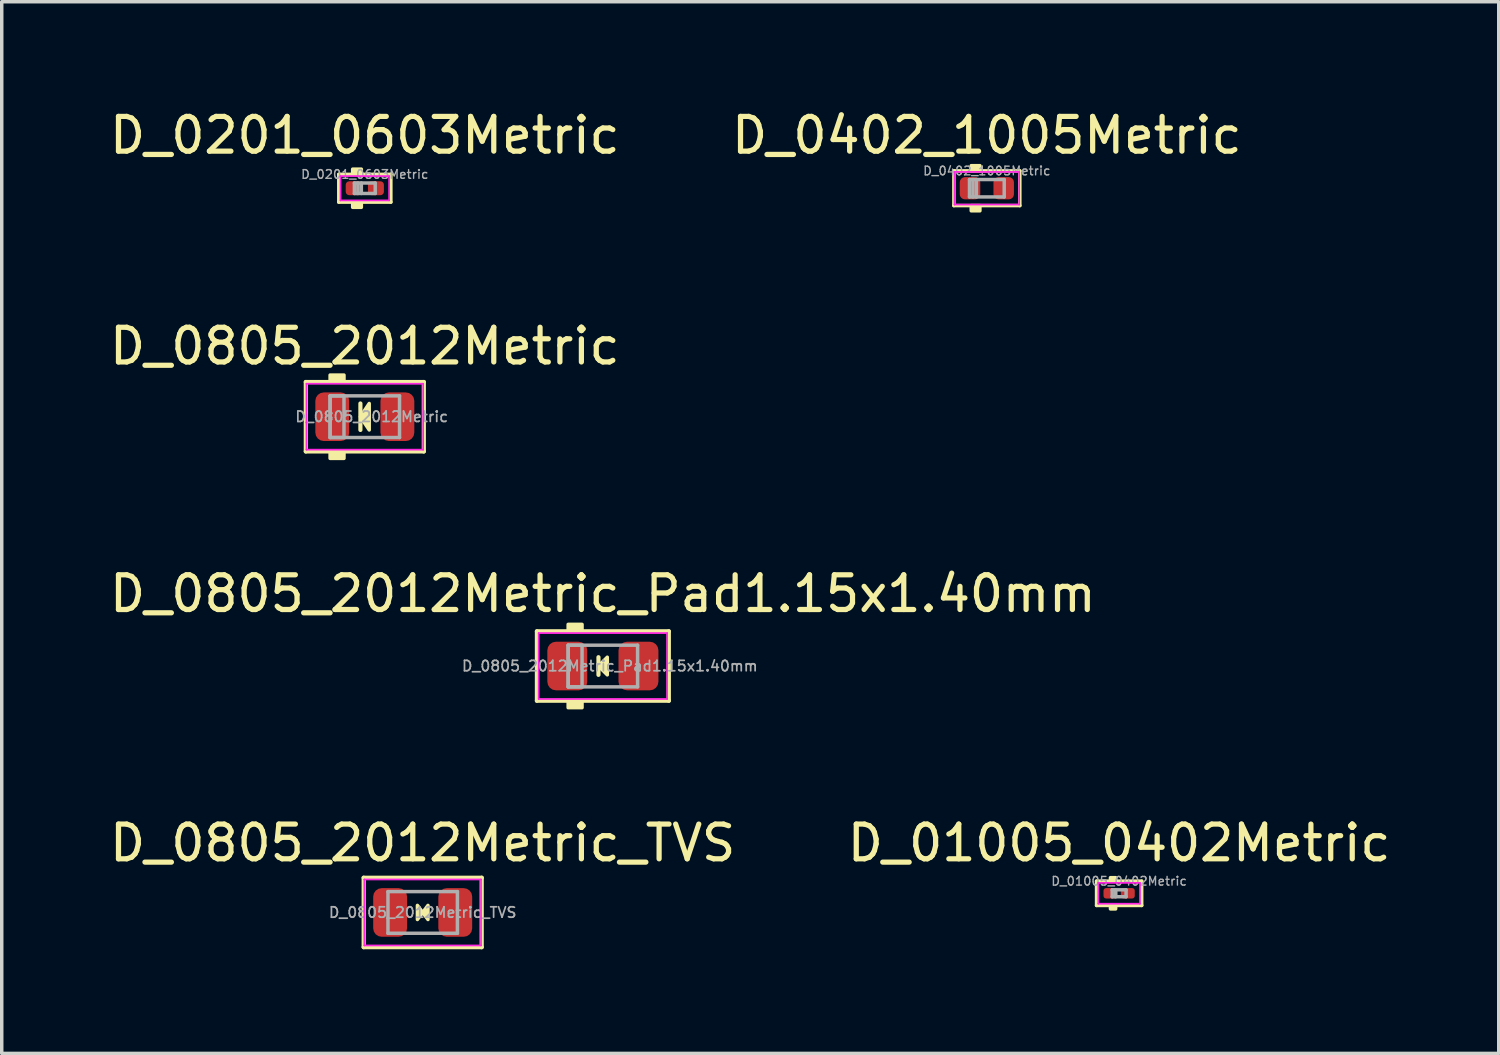
<source format=kicad_pcb>
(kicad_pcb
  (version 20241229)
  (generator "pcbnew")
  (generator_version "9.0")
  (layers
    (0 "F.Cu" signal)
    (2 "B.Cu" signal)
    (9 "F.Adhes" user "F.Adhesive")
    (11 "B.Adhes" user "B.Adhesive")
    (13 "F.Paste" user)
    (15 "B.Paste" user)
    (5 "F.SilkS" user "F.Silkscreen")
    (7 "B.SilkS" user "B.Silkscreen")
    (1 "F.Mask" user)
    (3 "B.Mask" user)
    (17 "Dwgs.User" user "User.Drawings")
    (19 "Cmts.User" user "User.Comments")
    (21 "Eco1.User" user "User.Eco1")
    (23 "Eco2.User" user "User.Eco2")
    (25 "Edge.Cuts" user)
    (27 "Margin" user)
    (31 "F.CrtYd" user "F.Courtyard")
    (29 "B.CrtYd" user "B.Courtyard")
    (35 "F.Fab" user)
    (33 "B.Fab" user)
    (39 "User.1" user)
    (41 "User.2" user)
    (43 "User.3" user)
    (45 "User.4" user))
  (footprint "D_0805_2012Metric_Pad1.15x1.40mm"
    (layer "F.Cu")
    (at 14.315 16.134)
    (property "Reference" "D_0805_2012Metric_Pad1.15x1.40mm" (at 0 -2.083 0) (layer "F.SilkS") (effects (font (size 1 1) (thickness 0.15))))
    (attr smd)
    (fp_line (start -1.9 -1) (end -1.9 1) (stroke (width 0.12) (type solid)) (layer "F.SilkS"))
    (fp_line (start -1.9 1) (end 1.9 1) (stroke (width 0.12) (type solid)) (layer "F.SilkS"))
    (fp_line (start -0.127 -0.254) (end -0.127 0.254) (stroke (width 0.12) (type solid)) (layer "F.SilkS"))
    (fp_line (start 1.9 -1) (end -1.9 -1) (stroke (width 0.12) (type solid)) (layer "F.SilkS"))
    (fp_line (start 1.9 1) (end 1.9 -1) (stroke (width 0.12) (type solid)) (layer "F.SilkS"))
    (fp_poly (pts (xy 0.127 0.254) (xy -0.127 0) (xy 0.127 -0.254)) (stroke (width 0.1) (type solid)) (fill yes) (layer "F.SilkS"))
    (fp_poly (pts (xy -0.6 -1) (xy -1 -1) (xy -1 -1.2) (xy -0.6 -1.2)) (stroke (width 0.1) (type solid)) (fill yes) (layer "F.SilkS"))
    (fp_poly (pts (xy -0.6 1.2) (xy -1 1.2) (xy -1 1) (xy -0.6 1)) (stroke (width 0.1) (type solid)) (fill yes) (layer "F.SilkS"))
    (fp_line (start -1.85 -0.95) (end 1.85 -0.95) (stroke (width 0.05) (type solid)) (layer "F.CrtYd"))
    (fp_line (start -1.85 0.95) (end -1.85 -0.95) (stroke (width 0.05) (type solid)) (layer "F.CrtYd"))
    (fp_line (start 1.85 -0.95) (end 1.85 0.95) (stroke (width 0.05) (type solid)) (layer "F.CrtYd"))
    (fp_line (start 1.85 0.95) (end -1.85 0.95) (stroke (width 0.05) (type solid)) (layer "F.CrtYd"))
    (fp_line (start -1 -0.6) (end -1 0.6) (stroke (width 0.1) (type solid)) (layer "F.Fab"))
    (fp_line (start -1 0.6) (end 1 0.6) (stroke (width 0.1) (type solid)) (layer "F.Fab"))
    (fp_line (start 1 -0.6) (end -1 -0.6) (stroke (width 0.1) (type solid)) (layer "F.Fab"))
    (fp_line (start 1 0.6) (end 1 -0.6) (stroke (width 0.1) (type solid)) (layer "F.Fab"))
    (fp_rect (start -1 -0.6) (end -0.6 0.6) (stroke (width 0.1) (type solid)) (fill no) (layer "F.Fab"))
    (fp_text user "${REFERENCE}" (at 0.2 0 0) (layer "F.Fab") (effects (font (size 0.3 0.3) (thickness 0.05))))
    (pad "1" smd roundrect (at -1.025 0) (size 1.15 1.4) (layers "F.Cu" "F.Mask" "F.Paste") (roundrect_rratio 0.217))
    (pad "2" smd roundrect (at 1.025 0) (size 1.15 1.4) (layers "F.Cu" "F.Mask" "F.Paste") (roundrect_rratio 0.217)))
  (footprint "D_0805_2012Metric"
    (layer "F.Cu")
    (at 7.458 8.953)
    (property "Reference" "D_0805_2012Metric" (at 0 -2.032 0) (layer "F.SilkS") (effects (font (size 1 1) (thickness 0.15))))
    (attr smd)
    (fp_line (start -1.7 -1) (end 1.7 -1) (stroke (width 0.12) (type solid)) (layer "F.SilkS"))
    (fp_line (start -1.7 -0.127) (end -1.7 -1) (stroke (width 0.12) (type solid)) (layer "F.SilkS"))
    (fp_line (start -1.7 1) (end -1.7 -0.127) (stroke (width 0.12) (type solid)) (layer "F.SilkS"))
    (fp_line (start -0.127 -0.381) (end -0.127 0.381) (stroke (width 0.12) (type solid)) (layer "F.SilkS"))
    (fp_line (start 1.7 -1) (end 1.7 1) (stroke (width 0.12) (type solid)) (layer "F.SilkS"))
    (fp_line (start 1.7 1) (end -1.7 1) (stroke (width 0.12) (type solid)) (layer "F.SilkS"))
    (fp_poly (pts (xy 0.127 0.381) (xy -0.127 0) (xy 0.127 -0.381)) (stroke (width 0.1) (type solid)) (fill yes) (layer "F.SilkS"))
    (fp_poly (pts (xy -0.6 -1) (xy -1 -1) (xy -1 -1.2) (xy -0.6 -1.2)) (stroke (width 0.1) (type solid)) (fill yes) (layer "F.SilkS"))
    (fp_poly (pts (xy -0.6 1.2) (xy -1 1.2) (xy -1 1) (xy -0.6 1)) (stroke (width 0.1) (type solid)) (fill yes) (layer "F.SilkS"))
    (fp_line (start -1.68 -0.95) (end 1.68 -0.95) (stroke (width 0.05) (type solid)) (layer "F.CrtYd"))
    (fp_line (start -1.68 0.95) (end -1.68 -0.95) (stroke (width 0.05) (type solid)) (layer "F.CrtYd"))
    (fp_line (start 1.68 -0.95) (end 1.68 0.95) (stroke (width 0.05) (type solid)) (layer "F.CrtYd"))
    (fp_line (start 1.68 0.95) (end -1.68 0.95) (stroke (width 0.05) (type solid)) (layer "F.CrtYd"))
    (fp_line (start -1 -0.6) (end -1 0.6) (stroke (width 0.1) (type solid)) (layer "F.Fab"))
    (fp_line (start -1 0.6) (end 1 0.6) (stroke (width 0.1) (type solid)) (layer "F.Fab"))
    (fp_line (start 1 -0.6) (end -1 -0.6) (stroke (width 0.1) (type solid)) (layer "F.Fab"))
    (fp_line (start 1 0.6) (end 1 -0.6) (stroke (width 0.1) (type solid)) (layer "F.Fab"))
    (fp_rect (start -1 -0.6) (end -0.6 0.6) (stroke (width 0.1) (type solid)) (fill no) (layer "F.Fab"))
    (fp_text user "${REFERENCE}" (at 0.2 0 0) (layer "F.Fab") (effects (font (size 0.3 0.3) (thickness 0.05))))
    (pad "1" smd roundrect (at -0.938 0) (size 0.975 1.4) (layers "F.Cu" "F.Mask" "F.Paste") (roundrect_rratio 0.25))
    (pad "2" smd roundrect (at 0.938 0) (size 0.975 1.4) (layers "F.Cu" "F.Mask" "F.Paste") (roundrect_rratio 0.25)))
  (footprint "D_0805_2012Metric_TVS"
    (layer "F.Cu")
    (at 9.125 23.232)
    (property "Reference" "D_0805_2012Metric_TVS" (at 0 -2 0) (layer "F.SilkS") (effects (font (size 1 1) (thickness 0.15))))
    (attr smd)
    (fp_line (start -1.7 -1) (end 1.7 -1) (stroke (width 0.12) (type solid)) (layer "F.SilkS"))
    (fp_line (start -1.7 -0.127) (end -1.7 -1) (stroke (width 0.12) (type solid)) (layer "F.SilkS"))
    (fp_line (start -1.7 1) (end -1.7 -0.127) (stroke (width 0.12) (type solid)) (layer "F.SilkS"))
    (fp_line (start 1.7 -1) (end 1.7 1) (stroke (width 0.12) (type solid)) (layer "F.SilkS"))
    (fp_line (start 1.7 1) (end -1.7 1) (stroke (width 0.12) (type solid)) (layer "F.SilkS"))
    (fp_poly (pts (xy 0 0) (xy -0.152 0.203) (xy -0.152 -0.203)) (stroke (width 0.1) (type solid)) (fill yes) (layer "F.SilkS"))
    (fp_poly (pts (xy 0 0) (xy 0.152 -0.203) (xy 0.152 0.203)) (stroke (width 0.1) (type solid)) (fill yes) (layer "F.SilkS"))
    (fp_line (start -1.68 -0.95) (end 1.68 -0.95) (stroke (width 0.05) (type solid)) (layer "F.CrtYd"))
    (fp_line (start -1.68 0.95) (end -1.68 -0.95) (stroke (width 0.05) (type solid)) (layer "F.CrtYd"))
    (fp_line (start 1.68 -0.95) (end 1.68 0.95) (stroke (width 0.05) (type solid)) (layer "F.CrtYd"))
    (fp_line (start 1.68 0.95) (end -1.68 0.95) (stroke (width 0.05) (type solid)) (layer "F.CrtYd"))
    (fp_line (start -1 -0.6) (end -1 0.6) (stroke (width 0.1) (type solid)) (layer "F.Fab"))
    (fp_line (start -1 0.6) (end 1 0.6) (stroke (width 0.1) (type solid)) (layer "F.Fab"))
    (fp_line (start 1 -0.6) (end -1 -0.6) (stroke (width 0.1) (type solid)) (layer "F.Fab"))
    (fp_line (start 1 0.6) (end 1 -0.6) (stroke (width 0.1) (type solid)) (layer "F.Fab"))
    (fp_text user "${REFERENCE}" (at 0 0 0) (layer "F.Fab") (effects (font (size 0.3 0.3) (thickness 0.05))))
    (pad "1" smd roundrect (at -0.938 0) (size 0.975 1.4) (layers "F.Cu" "F.Mask" "F.Paste") (roundrect_rratio 0.25))
    (pad "2" smd roundrect (at 0.938 0) (size 0.975 1.4) (layers "F.Cu" "F.Mask" "F.Paste") (roundrect_rratio 0.25)))
  (footprint "D_0402_1005Metric"
    (layer "F.Cu")
    (at 25.375 2.372)
    (property "Reference" "D_0402_1005Metric" (at 0 -1.524 0) (layer "F.SilkS") (effects (font (size 1 1) (thickness 0.15))))
    (attr smd)
    (fp_line (start -0.95 -0.5) (end -0.95 0.5) (stroke (width 0.1) (type solid)) (layer "F.SilkS"))
    (fp_line (start -0.95 0.5) (end 0.95 0.5) (stroke (width 0.1) (type solid)) (layer "F.SilkS"))
    (fp_line (start 0.95 -0.5) (end -0.95 -0.5) (stroke (width 0.1) (type solid)) (layer "F.SilkS"))
    (fp_line (start 0.95 0.5) (end 0.95 -0.5) (stroke (width 0.1) (type solid)) (layer "F.SilkS"))
    (fp_poly (pts (xy -0.2 -0.5) (xy -0.45 -0.5) (xy -0.45 -0.65) (xy -0.2 -0.65)) (stroke (width 0.1) (type solid)) (fill yes) (layer "F.SilkS"))
    (fp_poly (pts (xy -0.2 0.65) (xy -0.45 0.65) (xy -0.45 0.5) (xy -0.2 0.5)) (stroke (width 0.1) (type solid)) (fill yes) (layer "F.SilkS"))
    (fp_line (start -0.93 -0.47) (end 0.93 -0.47) (stroke (width 0.05) (type solid)) (layer "F.CrtYd"))
    (fp_line (start -0.93 0.47) (end -0.93 -0.47) (stroke (width 0.05) (type solid)) (layer "F.CrtYd"))
    (fp_line (start 0.93 -0.47) (end 0.93 0.47) (stroke (width 0.05) (type solid)) (layer "F.CrtYd"))
    (fp_line (start 0.93 0.47) (end -0.93 0.47) (stroke (width 0.05) (type solid)) (layer "F.CrtYd"))
    (fp_line (start -0.5 -0.25) (end 0.5 -0.25) (stroke (width 0.1) (type solid)) (layer "F.Fab"))
    (fp_line (start -0.5 0.25) (end -0.5 -0.25) (stroke (width 0.1) (type solid)) (layer "F.Fab"))
    (fp_line (start -0.4 0.25) (end -0.4 -0.25) (stroke (width 0.1) (type solid)) (layer "F.Fab"))
    (fp_line (start -0.3 0.25) (end -0.3 -0.25) (stroke (width 0.1) (type solid)) (layer "F.Fab"))
    (fp_line (start 0.5 -0.25) (end 0.5 0.25) (stroke (width 0.1) (type solid)) (layer "F.Fab"))
    (fp_line (start 0.5 0.25) (end -0.5 0.25) (stroke (width 0.1) (type solid)) (layer "F.Fab"))
    (fp_text user "${REFERENCE}" (at 0 -0.5 0) (layer "F.Fab") (effects (font (size 0.25 0.25) (thickness 0.04))))
    (pad "1" smd roundrect (at -0.485 0) (size 0.59 0.64) (layers "F.Cu" "F.Mask" "F.Paste") (roundrect_rratio 0.25))
    (pad "2" smd roundrect (at 0.485 0) (size 0.59 0.64) (layers "F.Cu" "F.Mask" "F.Paste") (roundrect_rratio 0.25)))
  (footprint "D_01005_0402Metric"
    (layer "F.Cu")
    (at 29.185 22.68)
    (property "Reference" "D_01005_0402Metric" (at 0 -1.448 0) (layer "F.SilkS") (effects (font (size 1 1) (thickness 0.15))))
    (attr smd)
    (fp_line (start -0.65 -0.35) (end 0.65 -0.35) (stroke (width 0.1) (type solid)) (layer "F.SilkS"))
    (fp_line (start -0.65 0.35) (end -0.65 -0.35) (stroke (width 0.1) (type solid)) (layer "F.SilkS"))
    (fp_line (start 0.65 -0.35) (end 0.65 0.35) (stroke (width 0.1) (type solid)) (layer "F.SilkS"))
    (fp_line (start 0.65 0.35) (end -0.65 0.35) (stroke (width 0.1) (type solid)) (layer "F.SilkS"))
    (fp_poly (pts (xy -0.1 -0.35) (xy -0.25 -0.35) (xy -0.25 -0.45) (xy -0.1 -0.45)) (stroke (width 0.1) (type solid)) (fill yes) (layer "F.SilkS"))
    (fp_poly (pts (xy -0.1 0.45) (xy -0.25 0.45) (xy -0.25 0.35) (xy -0.1 0.35)) (stroke (width 0.1) (type solid)) (fill yes) (layer "F.SilkS"))
    (fp_line (start -0.6 -0.3) (end 0.6 -0.3) (stroke (width 0.05) (type solid)) (layer "F.CrtYd"))
    (fp_line (start -0.6 0.3) (end -0.6 -0.3) (stroke (width 0.05) (type solid)) (layer "F.CrtYd"))
    (fp_line (start 0.6 -0.3) (end 0.6 0.3) (stroke (width 0.05) (type solid)) (layer "F.CrtYd"))
    (fp_line (start 0.6 0.3) (end -0.6 0.3) (stroke (width 0.05) (type solid)) (layer "F.CrtYd"))
    (fp_line (start -0.2 -0.1) (end 0.2 -0.1) (stroke (width 0.1) (type solid)) (layer "F.Fab"))
    (fp_line (start -0.2 0.1) (end -0.2 -0.1) (stroke (width 0.1) (type solid)) (layer "F.Fab"))
    (fp_line (start -0.1 0.1) (end -0.1 -0.1) (stroke (width 0.1) (type solid)) (layer "F.Fab"))
    (fp_line (start 0.2 -0.1) (end 0.2 0.1) (stroke (width 0.1) (type solid)) (layer "F.Fab"))
    (fp_line (start 0.2 0.1) (end -0.2 0.1) (stroke (width 0.1) (type solid)) (layer "F.Fab"))
    (fp_text user "${REFERENCE}" (at 0 -0.35 0) (layer "F.Fab") (effects (font (size 0.25 0.25) (thickness 0.04))))
    (pad "" smd roundrect (at -0.275 0) (size 0.27 0.27) (layers "F.Paste") (roundrect_rratio 0.25))
    (pad "" smd roundrect (at 0.275 0) (size 0.27 0.27) (layers "F.Paste") (roundrect_rratio 0.25))
    (pad "1" smd roundrect (at -0.25 0) (size 0.4 0.3) (layers "F.Cu" "F.Mask") (roundrect_rratio 0.25))
    (pad "2" smd roundrect (at 0.25 0) (size 0.4 0.3) (layers "F.Cu" "F.Mask") (roundrect_rratio 0.25)))
  (footprint "D_0201_0603Metric"
    (layer "F.Cu")
    (at 7.458 2.372)
    (property "Reference" "D_0201_0603Metric" (at 0 -1.524 0) (layer "F.SilkS") (effects (font (size 1 1) (thickness 0.15))))
    (attr smd)
    (fp_line (start -0.75 -0.4) (end 0.75 -0.4) (stroke (width 0.1) (type solid)) (layer "F.SilkS"))
    (fp_line (start -0.75 0.4) (end -0.75 -0.4) (stroke (width 0.1) (type solid)) (layer "F.SilkS"))
    (fp_line (start 0.75 -0.4) (end 0.75 0.4) (stroke (width 0.1) (type solid)) (layer "F.SilkS"))
    (fp_line (start 0.75 0.4) (end -0.75 0.4) (stroke (width 0.1) (type solid)) (layer "F.SilkS"))
    (fp_poly (pts (xy -0.1 -0.4) (xy -0.35 -0.4) (xy -0.35 -0.55) (xy -0.1 -0.55)) (stroke (width 0.1) (type solid)) (fill yes) (layer "F.SilkS"))
    (fp_poly (pts (xy -0.1 0.55) (xy -0.35 0.55) (xy -0.35 0.4) (xy -0.1 0.4)) (stroke (width 0.1) (type solid)) (fill yes) (layer "F.SilkS"))
    (fp_line (start -0.7 -0.35) (end 0.7 -0.35) (stroke (width 0.05) (type solid)) (layer "F.CrtYd"))
    (fp_line (start -0.7 0.35) (end -0.7 -0.35) (stroke (width 0.05) (type solid)) (layer "F.CrtYd"))
    (fp_line (start 0.7 -0.35) (end 0.7 0.35) (stroke (width 0.05) (type solid)) (layer "F.CrtYd"))
    (fp_line (start 0.7 0.35) (end -0.7 0.35) (stroke (width 0.05) (type solid)) (layer "F.CrtYd"))
    (fp_line (start -0.3 -0.15) (end 0.3 -0.15) (stroke (width 0.1) (type solid)) (layer "F.Fab"))
    (fp_line (start -0.3 0.15) (end -0.3 -0.15) (stroke (width 0.1) (type solid)) (layer "F.Fab"))
    (fp_line (start -0.2 0.15) (end -0.2 -0.15) (stroke (width 0.1) (type solid)) (layer "F.Fab"))
    (fp_line (start -0.1 0.15) (end -0.1 -0.15) (stroke (width 0.1) (type solid)) (layer "F.Fab"))
    (fp_line (start 0.3 -0.15) (end 0.3 0.15) (stroke (width 0.1) (type solid)) (layer "F.Fab"))
    (fp_line (start 0.3 0.15) (end -0.3 0.15) (stroke (width 0.1) (type solid)) (layer "F.Fab"))
    (fp_text user "${REFERENCE}" (at 0 -0.4 0) (layer "F.Fab") (effects (font (size 0.25 0.25) (thickness 0.04))))
    (pad "" smd roundrect (at -0.345 0) (size 0.318 0.36) (layers "F.Paste") (roundrect_rratio 0.25))
    (pad "" smd roundrect (at 0.345 0) (size 0.318 0.36) (layers "F.Paste") (roundrect_rratio 0.25))
    (pad "1" smd roundrect (at -0.32 0) (size 0.46 0.4) (layers "F.Cu" "F.Mask") (roundrect_rratio 0.25))
    (pad "2" smd roundrect (at 0.32 0) (size 0.46 0.4) (layers "F.Cu" "F.Mask") (roundrect_rratio 0.25)))
  (gr_rect
    (start -3 -3)
    (end 40.119 27.292)
    (stroke (width 0.1) (type default))
    (fill no)
    (layer "Edge.Cuts")))
</source>
